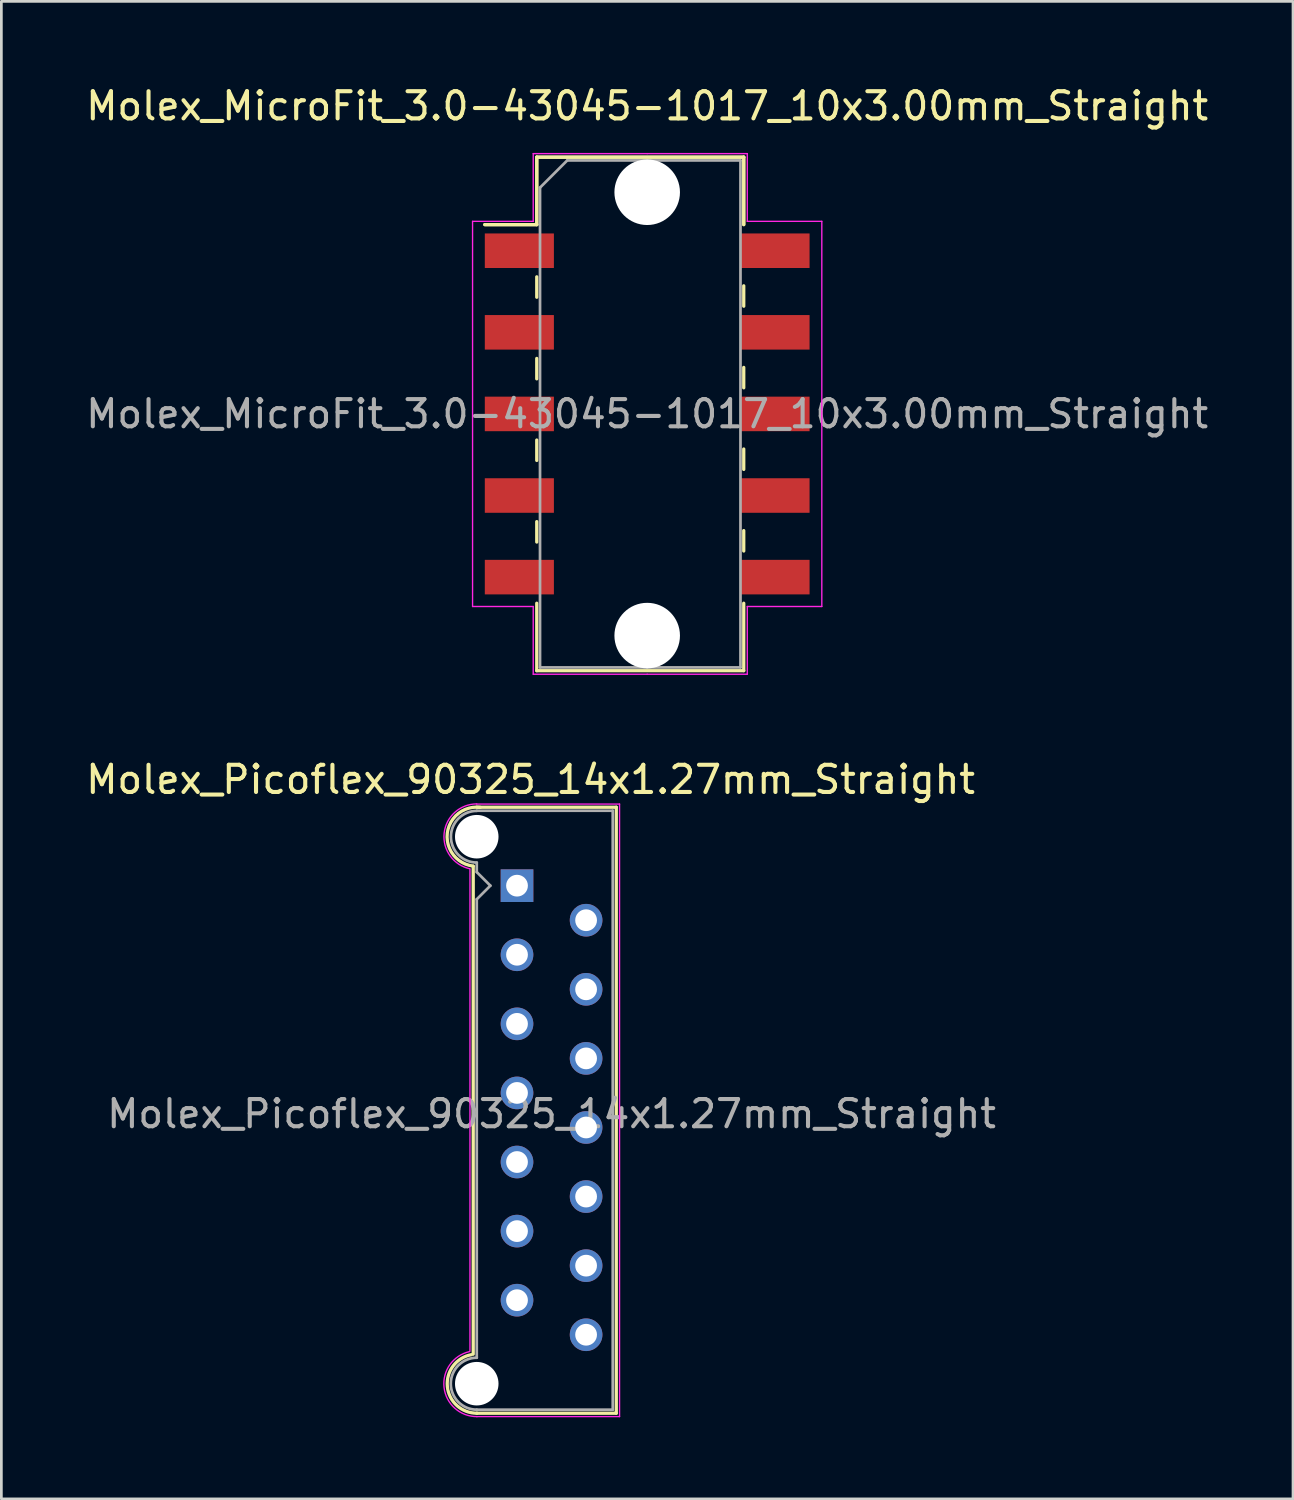
<source format=kicad_pcb>
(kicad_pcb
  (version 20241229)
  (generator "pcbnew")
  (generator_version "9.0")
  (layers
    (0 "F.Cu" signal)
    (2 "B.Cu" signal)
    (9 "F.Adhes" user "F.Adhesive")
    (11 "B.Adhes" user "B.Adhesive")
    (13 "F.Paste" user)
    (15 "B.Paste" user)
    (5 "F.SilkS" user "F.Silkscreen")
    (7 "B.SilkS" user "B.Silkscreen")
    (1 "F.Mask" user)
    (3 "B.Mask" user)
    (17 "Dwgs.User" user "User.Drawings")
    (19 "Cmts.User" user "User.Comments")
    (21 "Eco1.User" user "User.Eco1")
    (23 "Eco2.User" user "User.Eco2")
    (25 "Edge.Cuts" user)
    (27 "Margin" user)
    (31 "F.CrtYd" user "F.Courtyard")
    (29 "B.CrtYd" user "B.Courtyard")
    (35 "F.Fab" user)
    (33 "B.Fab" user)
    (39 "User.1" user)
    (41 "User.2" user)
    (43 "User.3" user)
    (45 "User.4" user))
  (footprint "Molex_Picoflex_90325_14x1.27mm_Straight"
    (layer "F.Cu")
    (at 15.958 29.512)
    (property "Reference" "Molex_Picoflex_90325_14x1.27mm_Straight" (at 0.5 -3.9 0) (layer "F.SilkS") (effects (font (size 1 1) (thickness 0.15))))
    (attr through_hole)
    (fp_line (start -1.61 -0.715) (end -1.61 17.225) (stroke (width 0.12) (type solid)) (layer "F.SilkS"))
    (fp_line (start -1.48 -2.885) (end 3.65 -2.885) (stroke (width 0.12) (type solid)) (layer "F.SilkS"))
    (fp_line (start 3.65 -2.885) (end 3.65 19.395) (stroke (width 0.12) (type solid)) (layer "F.SilkS"))
    (fp_line (start 3.65 19.395) (end -1.48 19.395) (stroke (width 0.12) (type solid)) (layer "F.SilkS"))
    (fp_arc (start -1.61 -0.72) (mid -2.56 -1.93) (end -1.35 -2.88) (stroke (width 0.12) (type solid)) (layer "F.SilkS"))
    (fp_arc (start -1.47 19.395) (mid -2.56 18.414526) (end -1.678256 17.24322) (stroke (width 0.12) (type solid)) (layer "F.SilkS"))
    (fp_line (start -1.73 -0.6) (end -1.73 17.11) (stroke (width 0.05) (type solid)) (layer "F.CrtYd"))
    (fp_line (start -1.48 -3) (end 3.77 -3) (stroke (width 0.05) (type solid)) (layer "F.CrtYd"))
    (fp_line (start 3.77 -3) (end 3.77 19.52) (stroke (width 0.05) (type solid)) (layer "F.CrtYd"))
    (fp_line (start 3.77 19.52) (end -1.48 19.52) (stroke (width 0.05) (type solid)) (layer "F.CrtYd"))
    (fp_arc (start -1.73 -0.62) (mid -2.679668 -1.925287) (end -1.480799 -3.006192) (stroke (width 0.05) (type solid)) (layer "F.CrtYd"))
    (fp_arc (start -1.47 19.52) (mid -2.682326 18.446425) (end -1.741355 17.128521) (stroke (width 0.05) (type solid)) (layer "F.CrtYd"))
    (fp_line (start -1.48 -2.755) (end 3.52 -2.755) (stroke (width 0.1) (type solid)) (layer "F.Fab"))
    (fp_line (start -1.48 -0.845) (end -1.48 -0.5) (stroke (width 0.1) (type solid)) (layer "F.Fab"))
    (fp_line (start -1.48 -0.5) (end -0.98 0) (stroke (width 0.1) (type solid)) (layer "F.Fab"))
    (fp_line (start -1.48 0.5) (end -1.48 17.355) (stroke (width 0.1) (type solid)) (layer "F.Fab"))
    (fp_line (start -0.98 0) (end -1.48 0.5) (stroke (width 0.1) (type solid)) (layer "F.Fab"))
    (fp_line (start 3.52 -2.755) (end 3.52 19.265) (stroke (width 0.1) (type solid)) (layer "F.Fab"))
    (fp_line (start 3.52 19.265) (end -1.48 19.265) (stroke (width 0.1) (type solid)) (layer "F.Fab"))
    (fp_arc (start -1.48 -0.85) (mid -2.43 -1.8) (end -1.48 -2.75) (stroke (width 0.1) (type solid)) (layer "F.Fab"))
    (fp_arc (start -1.48 19.265) (mid -2.435 18.31) (end -1.48 17.355) (stroke (width 0.1) (type solid)) (layer "F.Fab"))
    (fp_text user "${REFERENCE}" (at 1.27 8.39 0) (layer "F.Fab") (effects (font (size 1 1) (thickness 0.15))))
    (pad "" np_thru_hole circle (at -1.48 -1.8) (size 1.6 1.6) (drill 1.6) (layers "*.Cu"))
    (pad "" np_thru_hole circle (at -1.48 18.31) (size 1.6 1.6) (drill 1.6) (layers "*.Cu"))
    (pad "1" thru_hole rect (at 0 0) (size 1.2 1.2) (drill 0.8) (layers "*.Cu" "*.Mask"))
    (pad "2" thru_hole circle (at 2.54 1.27) (size 1.2 1.2) (drill 0.8) (layers "*.Cu" "*.Mask"))
    (pad "3" thru_hole circle (at 0 2.54) (size 1.2 1.2) (drill 0.8) (layers "*.Cu" "*.Mask"))
    (pad "4" thru_hole circle (at 2.54 3.81) (size 1.2 1.2) (drill 0.8) (layers "*.Cu" "*.Mask"))
    (pad "5" thru_hole circle (at 0 5.08) (size 1.2 1.2) (drill 0.8) (layers "*.Cu" "*.Mask"))
    (pad "6" thru_hole circle (at 2.54 6.35) (size 1.2 1.2) (drill 0.8) (layers "*.Cu" "*.Mask"))
    (pad "7" thru_hole circle (at 0 7.62) (size 1.2 1.2) (drill 0.8) (layers "*.Cu" "*.Mask"))
    (pad "8" thru_hole circle (at 2.54 8.89) (size 1.2 1.2) (drill 0.8) (layers "*.Cu" "*.Mask"))
    (pad "9" thru_hole circle (at 0 10.16) (size 1.2 1.2) (drill 0.8) (layers "*.Cu" "*.Mask"))
    (pad "10" thru_hole circle (at 2.54 11.43) (size 1.2 1.2) (drill 0.8) (layers "*.Cu" "*.Mask"))
    (pad "11" thru_hole circle (at 0 12.7) (size 1.2 1.2) (drill 0.8) (layers "*.Cu" "*.Mask"))
    (pad "12" thru_hole circle (at 2.54 13.97) (size 1.2 1.2) (drill 0.8) (layers "*.Cu" "*.Mask"))
    (pad "13" thru_hole circle (at 0 15.24) (size 1.2 1.2) (drill 0.8) (layers "*.Cu" "*.Mask"))
    (pad "14" thru_hole circle (at 2.54 16.51) (size 1.2 1.2) (drill 0.8) (layers "*.Cu" "*.Mask")))
  (footprint "Molex_MicroFit_3.0-43045-1017_10x3.00mm_Straight"
    (layer "F.Cu")
    (at 20.744 12.168)
    (property "Reference" "Molex_MicroFit_3.0-43045-1017_10x3.00mm_Straight" (at 0 -11.32 0) (layer "F.SilkS") (effects (font (size 1 1) (thickness 0.15))))
    (attr smd)
    (fp_line (start -5.97 -6.96) (end -4.06 -6.96) (stroke (width 0.12) (type solid)) (layer "F.SilkS"))
    (fp_line (start -5.97 -6.96) (end -4.06 -6.96) (stroke (width 0.12) (type solid)) (layer "F.SilkS"))
    (fp_line (start -4.06 -9.44) (end 3.55 -9.44) (stroke (width 0.12) (type solid)) (layer "F.SilkS"))
    (fp_line (start -4.06 -9.44) (end 3.55 -9.44) (stroke (width 0.12) (type solid)) (layer "F.SilkS"))
    (fp_line (start -4.06 -6.96) (end -4.06 -9.44) (stroke (width 0.12) (type solid)) (layer "F.SilkS"))
    (fp_line (start -4.06 -6.96) (end -4.06 -9.44) (stroke (width 0.12) (type solid)) (layer "F.SilkS"))
    (fp_line (start -4.06 -5.04) (end -4.06 -4.29) (stroke (width 0.12) (type solid)) (layer "F.SilkS"))
    (fp_line (start -4.06 -2.04) (end -4.06 -1.29) (stroke (width 0.12) (type solid)) (layer "F.SilkS"))
    (fp_line (start -4.06 0.96) (end -4.06 1.71) (stroke (width 0.12) (type solid)) (layer "F.SilkS"))
    (fp_line (start -4.06 3.96) (end -4.06 4.71) (stroke (width 0.12) (type solid)) (layer "F.SilkS"))
    (fp_line (start -4.06 9.44) (end -4.06 6.96) (stroke (width 0.12) (type solid)) (layer "F.SilkS"))
    (fp_line (start 3.55 -9.44) (end 3.55 -6.96) (stroke (width 0.12) (type solid)) (layer "F.SilkS"))
    (fp_line (start 3.55 -9.44) (end 3.55 -6.96) (stroke (width 0.12) (type solid)) (layer "F.SilkS"))
    (fp_line (start 3.55 -3.96) (end 3.55 -4.71) (stroke (width 0.12) (type solid)) (layer "F.SilkS"))
    (fp_line (start 3.55 -0.96) (end 3.55 -1.71) (stroke (width 0.12) (type solid)) (layer "F.SilkS"))
    (fp_line (start 3.55 2.04) (end 3.55 1.29) (stroke (width 0.12) (type solid)) (layer "F.SilkS"))
    (fp_line (start 3.55 5.04) (end 3.55 4.29) (stroke (width 0.12) (type solid)) (layer "F.SilkS"))
    (fp_line (start 3.55 6.96) (end 3.55 9.44) (stroke (width 0.12) (type solid)) (layer "F.SilkS"))
    (fp_line (start 3.55 9.44) (end -4.06 9.44) (stroke (width 0.12) (type solid)) (layer "F.SilkS"))
    (fp_line (start -6.42 -7.08) (end -4.19 -7.08) (stroke (width 0.05) (type solid)) (layer "F.CrtYd"))
    (fp_line (start -6.42 7.08) (end -6.42 -7.08) (stroke (width 0.05) (type solid)) (layer "F.CrtYd"))
    (fp_line (start -4.19 -9.57) (end 0 -9.57) (stroke (width 0.05) (type solid)) (layer "F.CrtYd"))
    (fp_line (start -4.19 -7.08) (end -4.19 -9.57) (stroke (width 0.05) (type solid)) (layer "F.CrtYd"))
    (fp_line (start -4.19 7.08) (end -6.42 7.08) (stroke (width 0.05) (type solid)) (layer "F.CrtYd"))
    (fp_line (start -4.19 9.57) (end -4.19 7.08) (stroke (width 0.05) (type solid)) (layer "F.CrtYd"))
    (fp_line (start 0 -9.57) (end 3.68 -9.57) (stroke (width 0.05) (type solid)) (layer "F.CrtYd"))
    (fp_line (start 0 9.57) (end -4.19 9.57) (stroke (width 0.05) (type solid)) (layer "F.CrtYd"))
    (fp_line (start 3.68 -9.57) (end 3.68 -7.08) (stroke (width 0.05) (type solid)) (layer "F.CrtYd"))
    (fp_line (start 3.68 -7.08) (end 6.42 -7.08) (stroke (width 0.05) (type solid)) (layer "F.CrtYd"))
    (fp_line (start 3.68 7.08) (end 3.68 9.57) (stroke (width 0.05) (type solid)) (layer "F.CrtYd"))
    (fp_line (start 3.68 9.57) (end 0 9.57) (stroke (width 0.05) (type solid)) (layer "F.CrtYd"))
    (fp_line (start 6.42 -7.08) (end 6.42 7.08) (stroke (width 0.05) (type solid)) (layer "F.CrtYd"))
    (fp_line (start 6.42 7.08) (end 3.68 7.08) (stroke (width 0.05) (type solid)) (layer "F.CrtYd"))
    (fp_line (start -3.94 -8.32) (end -2.94 -9.32) (stroke (width 0.1) (type solid)) (layer "F.Fab"))
    (fp_line (start -3.94 9.32) (end -3.94 -8.32) (stroke (width 0.1) (type solid)) (layer "F.Fab"))
    (fp_line (start -2.94 -9.32) (end 0 -9.32) (stroke (width 0.1) (type solid)) (layer "F.Fab"))
    (fp_line (start 0 -9.32) (end 3.43 -9.32) (stroke (width 0.1) (type solid)) (layer "F.Fab"))
    (fp_line (start 0 9.32) (end -3.94 9.32) (stroke (width 0.1) (type solid)) (layer "F.Fab"))
    (fp_line (start 3.43 -9.32) (end 3.43 9.32) (stroke (width 0.1) (type solid)) (layer "F.Fab"))
    (fp_line (start 3.43 9.32) (end 0 9.32) (stroke (width 0.1) (type solid)) (layer "F.Fab"))
    (fp_text user "${REFERENCE}" (at 0 0 0) (layer "F.Fab") (effects (font (size 1 1) (thickness 0.15))))
    (pad "" np_thru_hole circle (at 0 -8.15) (size 2.41 2.41) (drill 2.41) (layers "*.Cu"))
    (pad "" np_thru_hole circle (at 0 8.15) (size 2.41 2.41) (drill 2.41) (layers "*.Cu"))
    (pad "1" smd rect (at -4.7 -6) (size 2.54 1.27) (layers "F.Cu" "F.Mask" "F.Paste"))
    (pad "2" smd rect (at -4.7 -3) (size 2.54 1.27) (layers "F.Cu" "F.Mask" "F.Paste"))
    (pad "3" smd rect (at -4.7 0) (size 2.54 1.27) (layers "F.Cu" "F.Mask" "F.Paste"))
    (pad "4" smd rect (at -4.7 3) (size 2.54 1.27) (layers "F.Cu" "F.Mask" "F.Paste"))
    (pad "5" smd rect (at -4.7 6) (size 2.54 1.27) (layers "F.Cu" "F.Mask" "F.Paste"))
    (pad "6" smd rect (at 4.7 6) (size 2.54 1.27) (layers "F.Cu" "F.Mask" "F.Paste"))
    (pad "7" smd rect (at 4.7 3) (size 2.54 1.27) (layers "F.Cu" "F.Mask" "F.Paste"))
    (pad "8" smd rect (at 4.7 0) (size 2.54 1.27) (layers "F.Cu" "F.Mask" "F.Paste"))
    (pad "9" smd rect (at 4.7 -3) (size 2.54 1.27) (layers "F.Cu" "F.Mask" "F.Paste"))
    (pad "10" smd rect (at 4.7 -6) (size 2.54 1.27) (layers "F.Cu" "F.Mask" "F.Paste")))
  (gr_rect
    (start -3 -3)
    (end 44.488 52.057)
    (stroke (width 0.1) (type default))
    (fill no)
    (layer "Edge.Cuts")))
</source>
